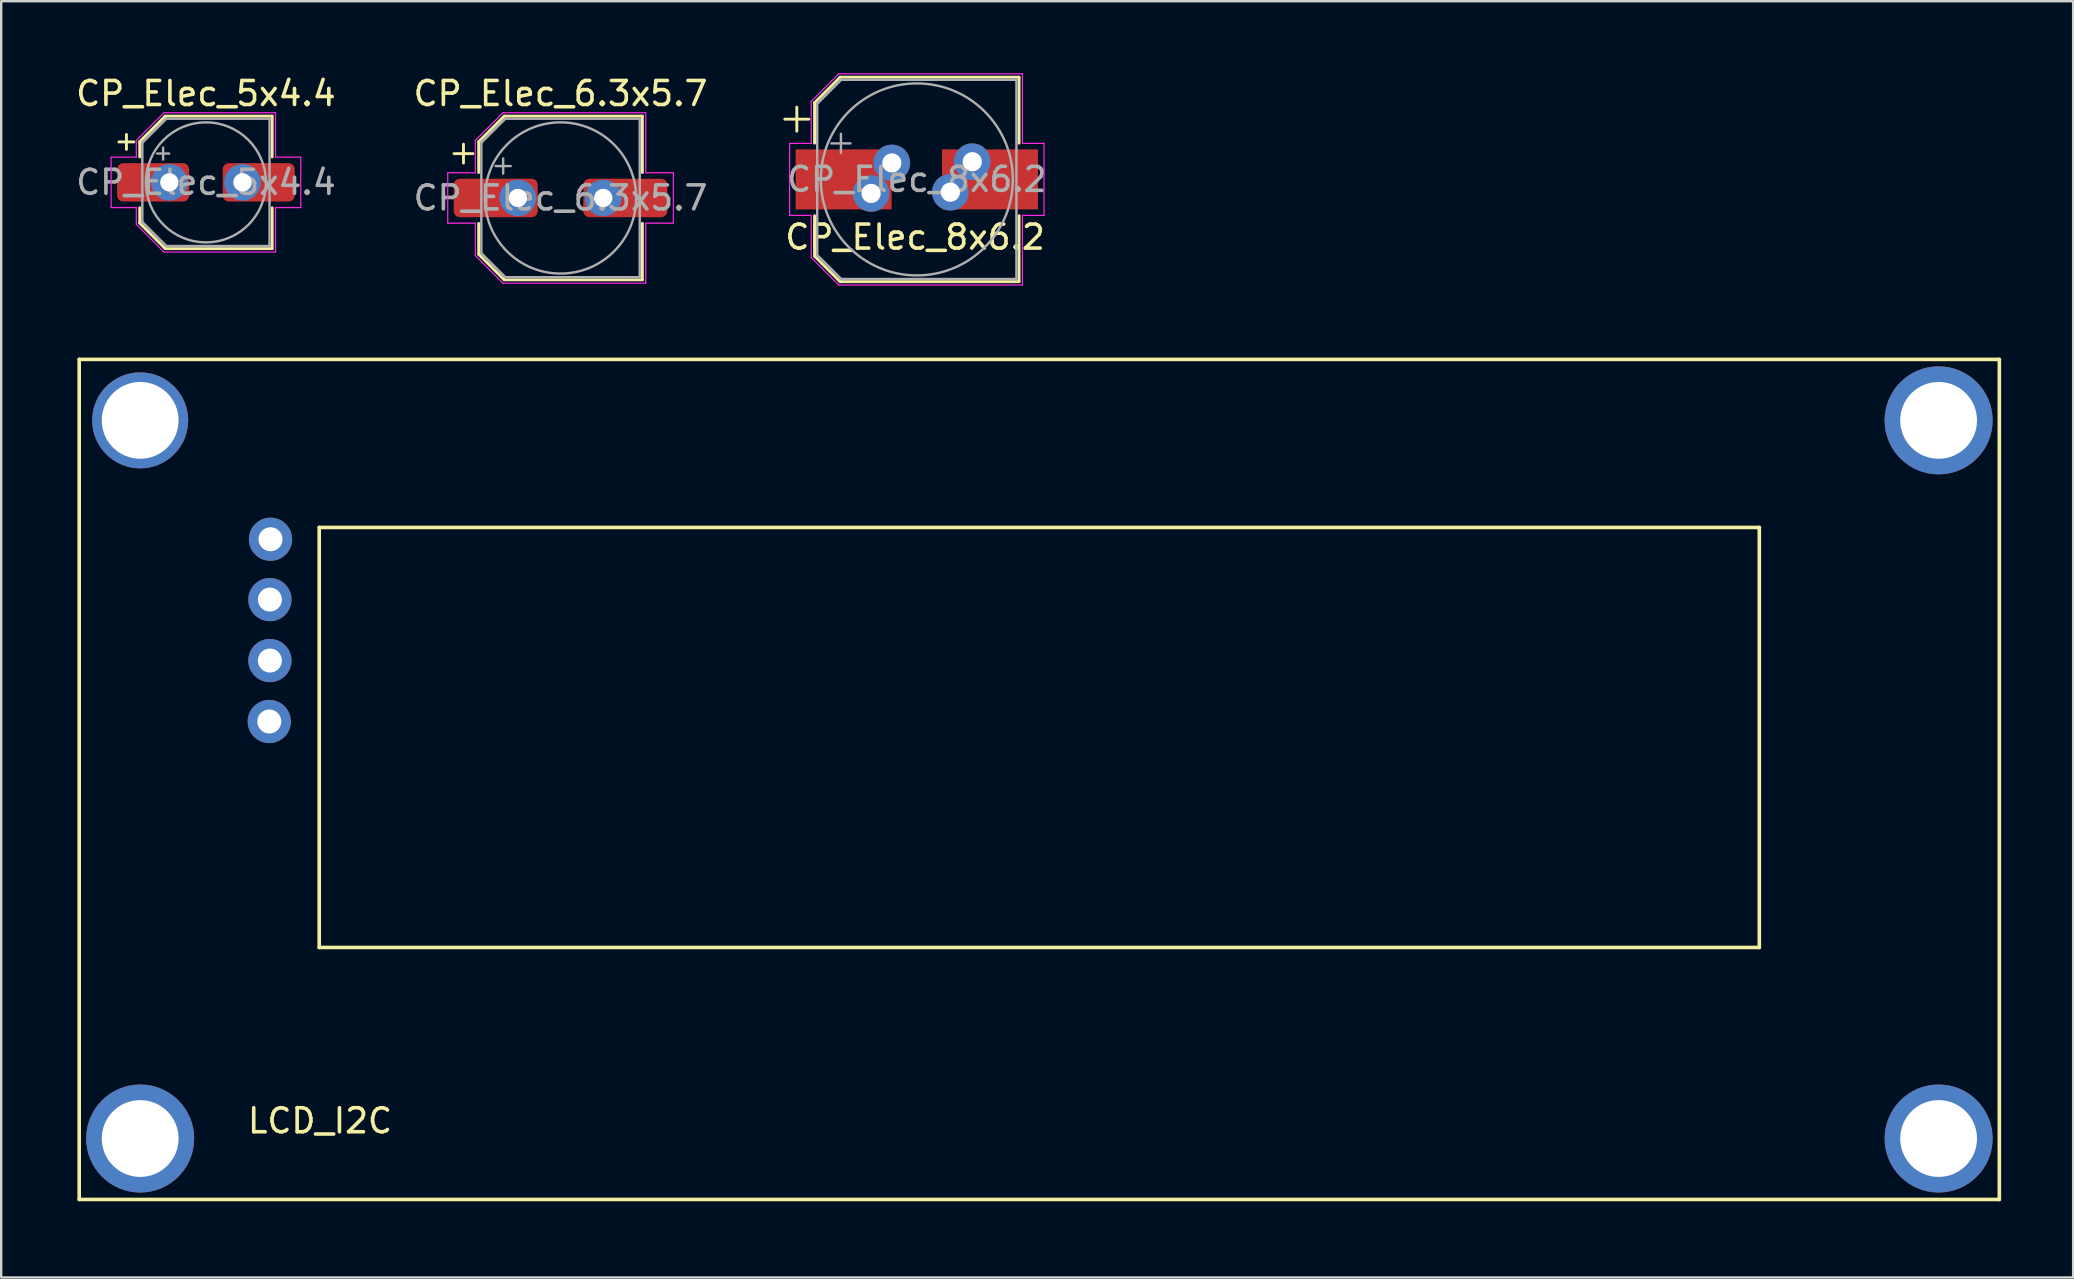
<source format=kicad_pcb>
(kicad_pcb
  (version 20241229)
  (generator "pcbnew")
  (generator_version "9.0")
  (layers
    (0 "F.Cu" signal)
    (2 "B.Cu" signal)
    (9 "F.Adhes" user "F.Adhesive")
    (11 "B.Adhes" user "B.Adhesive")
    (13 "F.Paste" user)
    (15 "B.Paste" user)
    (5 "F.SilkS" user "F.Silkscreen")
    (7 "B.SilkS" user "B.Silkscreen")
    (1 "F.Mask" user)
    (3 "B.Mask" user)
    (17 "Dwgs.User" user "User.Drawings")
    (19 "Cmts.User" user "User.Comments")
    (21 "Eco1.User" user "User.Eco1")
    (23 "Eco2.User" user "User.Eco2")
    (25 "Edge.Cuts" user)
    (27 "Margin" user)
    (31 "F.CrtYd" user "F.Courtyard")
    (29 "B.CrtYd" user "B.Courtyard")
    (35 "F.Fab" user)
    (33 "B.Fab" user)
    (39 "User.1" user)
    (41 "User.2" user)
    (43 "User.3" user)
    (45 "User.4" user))
  (footprint "CP_Elec_6.3x5.7"
    (layer "F.Cu")
    (at 20.304 5.198)
    (property "Reference" "CP_Elec_6.3x5.7" (at 0 -4.35 0) (layer "F.SilkS") (effects (font (size 1 1) (thickness 0.15))))
    (attr smd)
    (fp_line (start -4.438 -1.847) (end -3.65 -1.847) (stroke (width 0.12) (type solid)) (layer "F.SilkS"))
    (fp_line (start -4.044 -2.241) (end -4.044 -1.454) (stroke (width 0.12) (type solid)) (layer "F.SilkS"))
    (fp_line (start -3.41 -2.346) (end -3.41 -1.06) (stroke (width 0.12) (type solid)) (layer "F.SilkS"))
    (fp_line (start -3.41 -2.346) (end -2.346 -3.41) (stroke (width 0.12) (type solid)) (layer "F.SilkS"))
    (fp_line (start -3.41 2.346) (end -3.41 1.06) (stroke (width 0.12) (type solid)) (layer "F.SilkS"))
    (fp_line (start -3.41 2.346) (end -2.346 3.41) (stroke (width 0.12) (type solid)) (layer "F.SilkS"))
    (fp_line (start -2.346 -3.41) (end 3.41 -3.41) (stroke (width 0.12) (type solid)) (layer "F.SilkS"))
    (fp_line (start -2.346 3.41) (end 3.41 3.41) (stroke (width 0.12) (type solid)) (layer "F.SilkS"))
    (fp_line (start 3.41 -3.41) (end 3.41 -1.06) (stroke (width 0.12) (type solid)) (layer "F.SilkS"))
    (fp_line (start 3.41 3.41) (end 3.41 1.06) (stroke (width 0.12) (type solid)) (layer "F.SilkS"))
    (fp_line (start -4.7 -1.05) (end -4.7 1.05) (stroke (width 0.05) (type solid)) (layer "F.CrtYd"))
    (fp_line (start -4.7 1.05) (end -3.55 1.05) (stroke (width 0.05) (type solid)) (layer "F.CrtYd"))
    (fp_line (start -3.55 -2.4) (end -3.55 -1.05) (stroke (width 0.05) (type solid)) (layer "F.CrtYd"))
    (fp_line (start -3.55 -2.4) (end -2.4 -3.55) (stroke (width 0.05) (type solid)) (layer "F.CrtYd"))
    (fp_line (start -3.55 -1.05) (end -4.7 -1.05) (stroke (width 0.05) (type solid)) (layer "F.CrtYd"))
    (fp_line (start -3.55 1.05) (end -3.55 2.4) (stroke (width 0.05) (type solid)) (layer "F.CrtYd"))
    (fp_line (start -3.55 2.4) (end -2.4 3.55) (stroke (width 0.05) (type solid)) (layer "F.CrtYd"))
    (fp_line (start -2.4 -3.55) (end 3.55 -3.55) (stroke (width 0.05) (type solid)) (layer "F.CrtYd"))
    (fp_line (start -2.4 3.55) (end 3.55 3.55) (stroke (width 0.05) (type solid)) (layer "F.CrtYd"))
    (fp_line (start 3.55 -3.55) (end 3.55 -1.05) (stroke (width 0.05) (type solid)) (layer "F.CrtYd"))
    (fp_line (start 3.55 -1.05) (end 4.7 -1.05) (stroke (width 0.05) (type solid)) (layer "F.CrtYd"))
    (fp_line (start 3.55 1.05) (end 3.55 3.55) (stroke (width 0.05) (type solid)) (layer "F.CrtYd"))
    (fp_line (start 4.7 -1.05) (end 4.7 1.05) (stroke (width 0.05) (type solid)) (layer "F.CrtYd"))
    (fp_line (start 4.7 1.05) (end 3.55 1.05) (stroke (width 0.05) (type solid)) (layer "F.CrtYd"))
    (fp_line (start -3.3 -2.3) (end -3.3 2.3) (stroke (width 0.1) (type solid)) (layer "F.Fab"))
    (fp_line (start -3.3 -2.3) (end -2.3 -3.3) (stroke (width 0.1) (type solid)) (layer "F.Fab"))
    (fp_line (start -3.3 2.3) (end -2.3 3.3) (stroke (width 0.1) (type solid)) (layer "F.Fab"))
    (fp_line (start -2.705 -1.33) (end -2.075 -1.33) (stroke (width 0.1) (type solid)) (layer "F.Fab"))
    (fp_line (start -2.39 -1.645) (end -2.39 -1.015) (stroke (width 0.1) (type solid)) (layer "F.Fab"))
    (fp_line (start -2.3 -3.3) (end 3.3 -3.3) (stroke (width 0.1) (type solid)) (layer "F.Fab"))
    (fp_line (start -2.3 3.3) (end 3.3 3.3) (stroke (width 0.1) (type solid)) (layer "F.Fab"))
    (fp_line (start 3.3 -3.3) (end 3.3 3.3) (stroke (width 0.1) (type solid)) (layer "F.Fab"))
    (fp_circle (center 0 0) (end 3.15 0) (stroke (width 0.1) (type solid)) (fill no) (layer "F.Fab"))
    (fp_text user "${REFERENCE}" (at 0 0 0) (layer "F.Fab") (effects (font (size 1 1) (thickness 0.15))))
    (pad "1" smd roundrect (at -2.7 0) (size 3.5 1.6) (layers "F.Cu" "F.Mask" "F.Paste") (roundrect_rratio 0.156))
    (pad "1" thru_hole circle (at -1.778 0) (size 1.524 1.524) (drill 0.762) (layers "*.Cu" "*.Mask"))
    (pad "2" thru_hole circle (at 1.778 0) (size 1.524 1.524) (drill 0.762) (layers "*.Cu" "*.Mask"))
    (pad "2" smd roundrect (at 2.7 0) (size 3.5 1.6) (layers "F.Cu" "F.Mask" "F.Paste") (roundrect_rratio 0.156)))
  (footprint "CP_Elec_8x6.2"
    (layer "F.Cu")
    (at 35.148 4.425)
    (property "Reference" "CP_Elec_8x6.2" (at -0.071 2.406 0) (layer "F.SilkS") (effects (font (size 1 1) (thickness 0.15))))
    (attr smd)
    (fp_line (start -5.5 -2.51) (end -4.5 -2.51) (stroke (width 0.12) (type solid)) (layer "F.SilkS"))
    (fp_line (start -5 -3.01) (end -5 -2.01) (stroke (width 0.12) (type solid)) (layer "F.SilkS"))
    (fp_line (start -4.26 -3.196) (end -4.26 -1.51) (stroke (width 0.12) (type solid)) (layer "F.SilkS"))
    (fp_line (start -4.26 -3.196) (end -3.196 -4.26) (stroke (width 0.12) (type solid)) (layer "F.SilkS"))
    (fp_line (start -4.26 3.196) (end -4.26 1.51) (stroke (width 0.12) (type solid)) (layer "F.SilkS"))
    (fp_line (start -4.26 3.196) (end -3.196 4.26) (stroke (width 0.12) (type solid)) (layer "F.SilkS"))
    (fp_line (start -3.196 -4.26) (end 4.26 -4.26) (stroke (width 0.12) (type solid)) (layer "F.SilkS"))
    (fp_line (start -3.196 4.26) (end 4.26 4.26) (stroke (width 0.12) (type solid)) (layer "F.SilkS"))
    (fp_line (start 4.26 -4.26) (end 4.26 -1.51) (stroke (width 0.12) (type solid)) (layer "F.SilkS"))
    (fp_line (start 4.26 4.26) (end 4.26 1.51) (stroke (width 0.12) (type solid)) (layer "F.SilkS"))
    (fp_line (start -5.3 -1.5) (end -5.3 1.5) (stroke (width 0.05) (type solid)) (layer "F.CrtYd"))
    (fp_line (start -5.3 1.5) (end -4.4 1.5) (stroke (width 0.05) (type solid)) (layer "F.CrtYd"))
    (fp_line (start -4.4 -3.25) (end -4.4 -1.5) (stroke (width 0.05) (type solid)) (layer "F.CrtYd"))
    (fp_line (start -4.4 -3.25) (end -3.25 -4.4) (stroke (width 0.05) (type solid)) (layer "F.CrtYd"))
    (fp_line (start -4.4 -1.5) (end -5.3 -1.5) (stroke (width 0.05) (type solid)) (layer "F.CrtYd"))
    (fp_line (start -4.4 1.5) (end -4.4 3.25) (stroke (width 0.05) (type solid)) (layer "F.CrtYd"))
    (fp_line (start -4.4 3.25) (end -3.25 4.4) (stroke (width 0.05) (type solid)) (layer "F.CrtYd"))
    (fp_line (start -3.25 -4.4) (end 4.4 -4.4) (stroke (width 0.05) (type solid)) (layer "F.CrtYd"))
    (fp_line (start -3.25 4.4) (end 4.4 4.4) (stroke (width 0.05) (type solid)) (layer "F.CrtYd"))
    (fp_line (start 4.4 -4.4) (end 4.4 -1.5) (stroke (width 0.05) (type solid)) (layer "F.CrtYd"))
    (fp_line (start 4.4 -1.5) (end 5.3 -1.5) (stroke (width 0.05) (type solid)) (layer "F.CrtYd"))
    (fp_line (start 4.4 1.5) (end 4.4 4.4) (stroke (width 0.05) (type solid)) (layer "F.CrtYd"))
    (fp_line (start 5.3 -1.5) (end 5.3 1.5) (stroke (width 0.05) (type solid)) (layer "F.CrtYd"))
    (fp_line (start 5.3 1.5) (end 4.4 1.5) (stroke (width 0.05) (type solid)) (layer "F.CrtYd"))
    (fp_line (start -4.15 -3.15) (end -4.15 3.15) (stroke (width 0.1) (type solid)) (layer "F.Fab"))
    (fp_line (start -4.15 -3.15) (end -3.15 -4.15) (stroke (width 0.1) (type solid)) (layer "F.Fab"))
    (fp_line (start -4.15 3.15) (end -3.15 4.15) (stroke (width 0.1) (type solid)) (layer "F.Fab"))
    (fp_line (start -3.562 -1.5) (end -2.762 -1.5) (stroke (width 0.1) (type solid)) (layer "F.Fab"))
    (fp_line (start -3.162 -1.9) (end -3.162 -1.1) (stroke (width 0.1) (type solid)) (layer "F.Fab"))
    (fp_line (start -3.15 -4.15) (end 4.15 -4.15) (stroke (width 0.1) (type solid)) (layer "F.Fab"))
    (fp_line (start -3.15 4.15) (end 4.15 4.15) (stroke (width 0.1) (type solid)) (layer "F.Fab"))
    (fp_line (start 4.15 -4.15) (end 4.15 4.15) (stroke (width 0.1) (type solid)) (layer "F.Fab"))
    (fp_circle (center 0 0) (end 4 0) (stroke (width 0.1) (type solid)) (fill no) (layer "F.Fab"))
    (fp_text user "${REFERENCE}" (at 0 0 0) (layer "F.Fab") (effects (font (size 1 1) (thickness 0.15))))
    (pad "1" smd rect (at -3.05 0.000001) (size 4 2.5) (layers "F.Cu" "F.Mask" "F.Paste"))
    (pad "1" thru_hole circle (at -1.905 0.584) (size 1.524 1.524) (drill 0.8) (layers "*.Cu" "*.Mask"))
    (pad "1" thru_hole circle (at -1.041 -0.686) (size 1.524 1.524) (drill 0.8) (layers "*.Cu" "*.Mask"))
    (pad "2" thru_hole circle (at 1.397 0.533) (size 1.524 1.524) (drill 0.8) (layers "*.Cu" "*.Mask"))
    (pad "2" thru_hole circle (at 2.311 -0.737) (size 1.524 1.524) (drill 0.8) (layers "*.Cu" "*.Mask"))
    (pad "2" smd rect (at 3.05 -0.000001) (size 4 2.5) (layers "F.Cu" "F.Mask" "F.Paste")))
  (footprint "LCD_I2C"
    (layer "F.Cu")
    (at 0.25 46.925)
    (property "Reference" "LCD_I2C" (at 10.033 -3.277 0) (layer "F.SilkS") (effects (font (size 1 1) (thickness 0.15))))
    (attr through_hole)
    (fp_line (start 0 -35) (end 80 -35) (stroke (width 0.15) (type solid)) (layer "F.SilkS"))
    (fp_line (start 0 0) (end 0 -35) (stroke (width 0.15) (type solid)) (layer "F.SilkS"))
    (fp_line (start 0 0) (end 80 0) (stroke (width 0.15) (type solid)) (layer "F.SilkS"))
    (fp_line (start 10 -28) (end 70 -28) (stroke (width 0.15) (type solid)) (layer "F.SilkS"))
    (fp_line (start 10 -10.5) (end 10 -28) (stroke (width 0.15) (type solid)) (layer "F.SilkS"))
    (fp_line (start 10 -10.5) (end 70 -10.5) (stroke (width 0.15) (type solid)) (layer "F.SilkS"))
    (fp_line (start 70 -10.5) (end 70 -28) (stroke (width 0.15) (type solid)) (layer "F.SilkS"))
    (fp_line (start 80 0) (end 80 -35) (stroke (width 0.15) (type solid)) (layer "F.SilkS"))
    (pad "" np_thru_hole circle (at 2.54 -32.461) (size 4 4) (drill 3.2) (layers "*.Cu" "*.Mask"))
    (pad "" np_thru_hole circle (at 2.54 -2.54) (size 4.5 4.5) (drill 3.2) (layers "*.Cu" "*.Mask"))
    (pad "" np_thru_hole circle (at 77.47 -32.461) (size 4.5 4.5) (drill 3.2) (layers "*.Cu" "*.Mask"))
    (pad "" np_thru_hole circle (at 77.47 -2.54) (size 4.5 4.5) (drill 3.2) (layers "*.Cu" "*.Mask"))
    (pad "1" thru_hole circle (at 7.97 -27.508) (size 1.8 1.8) (drill 1) (layers "*.Cu" "*.Mask"))
    (pad "2" thru_hole circle (at 7.945 -24.994) (size 1.8 1.8) (drill 1) (layers "*.Cu" "*.Mask"))
    (pad "3" thru_hole circle (at 7.945 -22.454) (size 1.8 1.8) (drill 1) (layers "*.Cu" "*.Mask"))
    (pad "4" thru_hole circle (at 7.919 -19.914) (size 1.8 1.8) (drill 1) (layers "*.Cu" "*.Mask")))
  (footprint "CP_Elec_5x4.4"
    (layer "F.Cu")
    (at 5.53 4.548)
    (property "Reference" "CP_Elec_5x4.4" (at 0 -3.7 0) (layer "F.SilkS") (effects (font (size 1 1) (thickness 0.15))))
    (attr smd)
    (fp_line (start -3.625 -1.685) (end -3 -1.685) (stroke (width 0.12) (type solid)) (layer "F.SilkS"))
    (fp_line (start -3.312 -1.998) (end -3.312 -1.373) (stroke (width 0.12) (type solid)) (layer "F.SilkS"))
    (fp_line (start -2.76 -1.696) (end -2.76 -1.06) (stroke (width 0.12) (type solid)) (layer "F.SilkS"))
    (fp_line (start -2.76 -1.696) (end -1.696 -2.76) (stroke (width 0.12) (type solid)) (layer "F.SilkS"))
    (fp_line (start -2.76 1.696) (end -2.76 1.06) (stroke (width 0.12) (type solid)) (layer "F.SilkS"))
    (fp_line (start -2.76 1.696) (end -1.696 2.76) (stroke (width 0.12) (type solid)) (layer "F.SilkS"))
    (fp_line (start -1.696 -2.76) (end 2.76 -2.76) (stroke (width 0.12) (type solid)) (layer "F.SilkS"))
    (fp_line (start -1.696 2.76) (end 2.76 2.76) (stroke (width 0.12) (type solid)) (layer "F.SilkS"))
    (fp_line (start 2.76 -2.76) (end 2.76 -1.06) (stroke (width 0.12) (type solid)) (layer "F.SilkS"))
    (fp_line (start 2.76 2.76) (end 2.76 1.06) (stroke (width 0.12) (type solid)) (layer "F.SilkS"))
    (fp_line (start -3.95 -1.05) (end -3.95 1.05) (stroke (width 0.05) (type solid)) (layer "F.CrtYd"))
    (fp_line (start -3.95 1.05) (end -2.9 1.05) (stroke (width 0.05) (type solid)) (layer "F.CrtYd"))
    (fp_line (start -2.9 -1.75) (end -2.9 -1.05) (stroke (width 0.05) (type solid)) (layer "F.CrtYd"))
    (fp_line (start -2.9 -1.75) (end -1.75 -2.9) (stroke (width 0.05) (type solid)) (layer "F.CrtYd"))
    (fp_line (start -2.9 -1.05) (end -3.95 -1.05) (stroke (width 0.05) (type solid)) (layer "F.CrtYd"))
    (fp_line (start -2.9 1.05) (end -2.9 1.75) (stroke (width 0.05) (type solid)) (layer "F.CrtYd"))
    (fp_line (start -2.9 1.75) (end -1.75 2.9) (stroke (width 0.05) (type solid)) (layer "F.CrtYd"))
    (fp_line (start -1.75 -2.9) (end 2.9 -2.9) (stroke (width 0.05) (type solid)) (layer "F.CrtYd"))
    (fp_line (start -1.75 2.9) (end 2.9 2.9) (stroke (width 0.05) (type solid)) (layer "F.CrtYd"))
    (fp_line (start 2.9 -2.9) (end 2.9 -1.05) (stroke (width 0.05) (type solid)) (layer "F.CrtYd"))
    (fp_line (start 2.9 -1.05) (end 3.95 -1.05) (stroke (width 0.05) (type solid)) (layer "F.CrtYd"))
    (fp_line (start 2.9 1.05) (end 2.9 2.9) (stroke (width 0.05) (type solid)) (layer "F.CrtYd"))
    (fp_line (start 3.95 -1.05) (end 3.95 1.05) (stroke (width 0.05) (type solid)) (layer "F.CrtYd"))
    (fp_line (start 3.95 1.05) (end 2.9 1.05) (stroke (width 0.05) (type solid)) (layer "F.CrtYd"))
    (fp_line (start -2.65 -1.65) (end -2.65 1.65) (stroke (width 0.1) (type solid)) (layer "F.Fab"))
    (fp_line (start -2.65 -1.65) (end -1.65 -2.65) (stroke (width 0.1) (type solid)) (layer "F.Fab"))
    (fp_line (start -2.65 1.65) (end -1.65 2.65) (stroke (width 0.1) (type solid)) (layer "F.Fab"))
    (fp_line (start -2.034 -1.2) (end -1.534 -1.2) (stroke (width 0.1) (type solid)) (layer "F.Fab"))
    (fp_line (start -1.784 -1.45) (end -1.784 -0.95) (stroke (width 0.1) (type solid)) (layer "F.Fab"))
    (fp_line (start -1.65 -2.65) (end 2.65 -2.65) (stroke (width 0.1) (type solid)) (layer "F.Fab"))
    (fp_line (start -1.65 2.65) (end 2.65 2.65) (stroke (width 0.1) (type solid)) (layer "F.Fab"))
    (fp_line (start 2.65 -2.65) (end 2.65 2.65) (stroke (width 0.1) (type solid)) (layer "F.Fab"))
    (fp_circle (center 0 0) (end 2.5 0) (stroke (width 0.1) (type solid)) (fill no) (layer "F.Fab"))
    (fp_text user "${REFERENCE}" (at 0 0 0) (layer "F.Fab") (effects (font (size 1 1) (thickness 0.15))))
    (pad "1" smd roundrect (at -2.2 0) (size 3 1.6) (layers "F.Cu" "F.Mask" "F.Paste") (roundrect_rratio 0.156))
    (pad "1" thru_hole circle (at -1.524 0) (size 1.524 1.524) (drill 0.762) (layers "*.Cu" "*.Mask"))
    (pad "2" thru_hole circle (at 1.524 0) (size 1.524 1.524) (drill 0.762) (layers "*.Cu" "*.Mask"))
    (pad "2" smd roundrect (at 2.2 0) (size 3 1.6) (layers "F.Cu" "F.Mask" "F.Paste") (roundrect_rratio 0.156)))
  (gr_rect
    (start -3 -3)
    (end 83.325 50.175)
    (stroke (width 0.1) (type default))
    (fill no)
    (layer "Edge.Cuts")))
</source>
